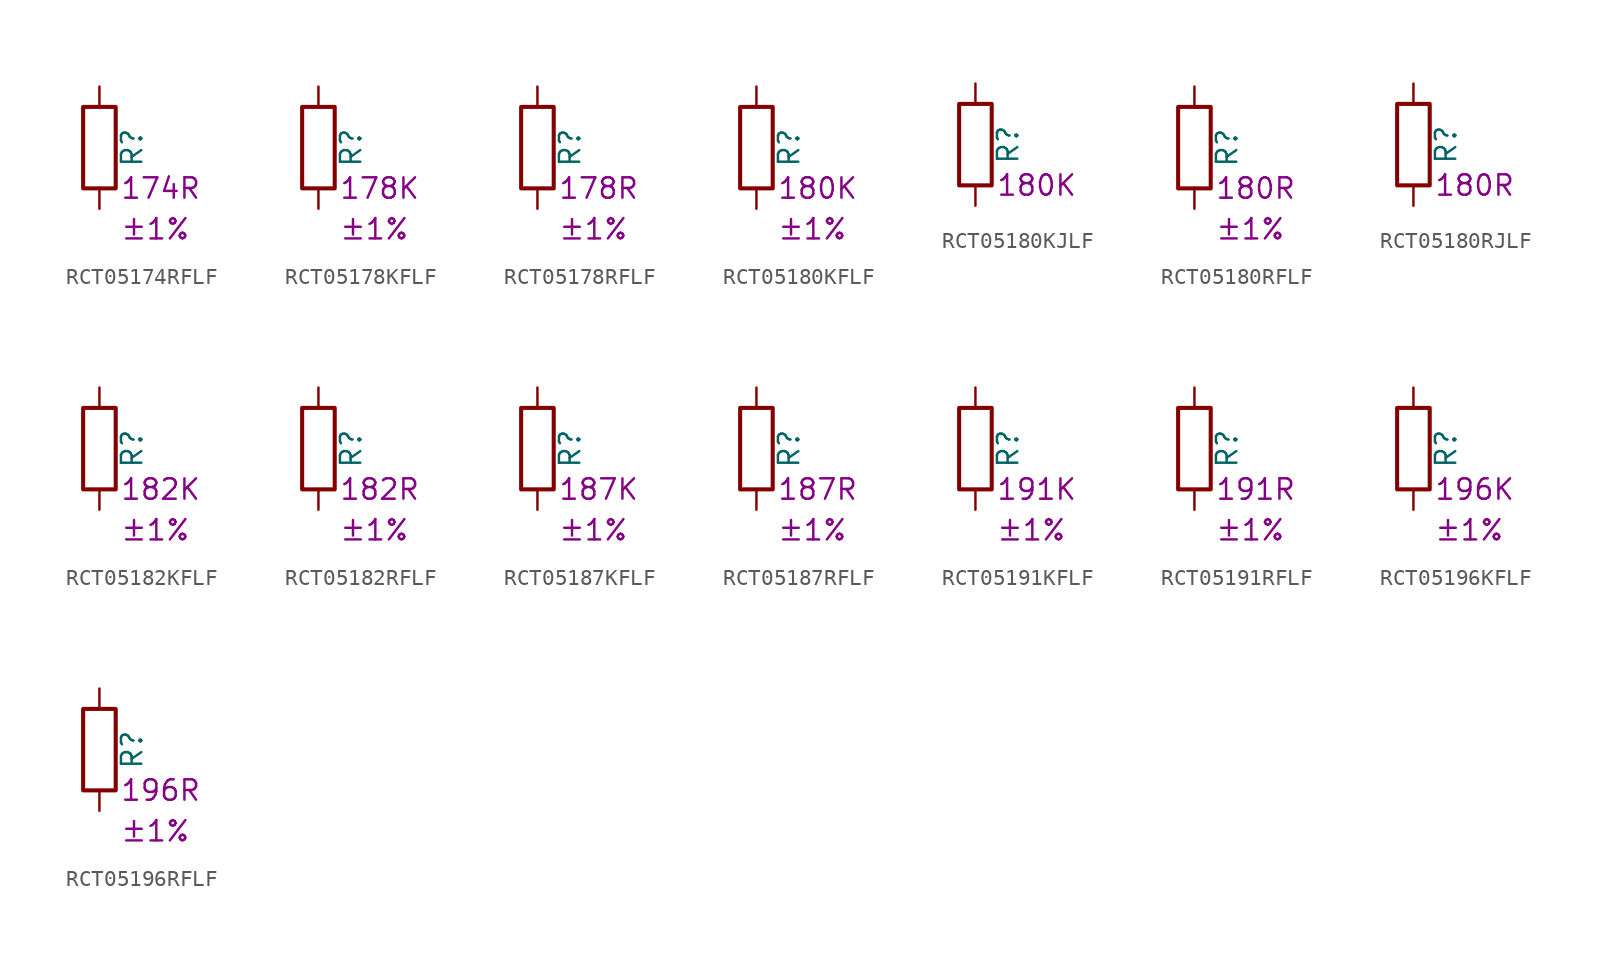
<source format=kicad_sym>
(kicad_symbol_lib
  (version 20220914)
  (generator kicad_symbol_editor)
  (symbol "RCT05174RFLF"
    (pin_numbers hide)
    (pin_names
      (offset 0))
    (property "Reference" "R"
      (at 2.032 0 90)
      (effects (font (size 1.27 1.27))))
    (property "Resistance" "174R"
      (at 1.27 -2.54 0)
      (effects (font (size 1.27 1.27)) (justify left)))
    (property "Tolerance" "±1%"
      (at 1.27 -5.08 0)
      (effects (font (size 1.27 1.27)) (justify left)))
    (symbol "RCT05174RFLF_0_1"
      (rectangle (start -1.016 -2.54) (end 1.016 2.54) (stroke (width 0.254) (type default)) (fill (type none))))
    (symbol "RCT05174RFLF_1_1"
      (pin passive line (at 0 3.81 270) (length 1.27) (name "~" (effects (font (size 1.27 1.27)))) (number "1" (effects (font (size 1.27 1.27)))))
      (pin passive line (at 0 -3.81 90) (length 1.27) (name "~" (effects (font (size 1.27 1.27)))) (number "2" (effects (font (size 1.27 1.27)))))))
  (symbol "RCT05178KFLF"
    (pin_numbers hide)
    (pin_names
      (offset 0))
    (property "Reference" "R"
      (at 2.032 0 90)
      (effects (font (size 1.27 1.27))))
    (property "Resistance" "178K"
      (at 1.27 -2.54 0)
      (effects (font (size 1.27 1.27)) (justify left)))
    (property "Tolerance" "±1%"
      (at 1.27 -5.08 0)
      (effects (font (size 1.27 1.27)) (justify left)))
    (symbol "RCT05178KFLF_0_1"
      (rectangle (start -1.016 -2.54) (end 1.016 2.54) (stroke (width 0.254) (type default)) (fill (type none))))
    (symbol "RCT05178KFLF_1_1"
      (pin passive line (at 0 3.81 270) (length 1.27) (name "~" (effects (font (size 1.27 1.27)))) (number "1" (effects (font (size 1.27 1.27)))))
      (pin passive line (at 0 -3.81 90) (length 1.27) (name "~" (effects (font (size 1.27 1.27)))) (number "2" (effects (font (size 1.27 1.27)))))))
  (symbol "RCT05178RFLF"
    (pin_numbers hide)
    (pin_names
      (offset 0))
    (property "Reference" "R"
      (at 2.032 0 90)
      (effects (font (size 1.27 1.27))))
    (property "Resistance" "178R"
      (at 1.27 -2.54 0)
      (effects (font (size 1.27 1.27)) (justify left)))
    (property "Tolerance" "±1%"
      (at 1.27 -5.08 0)
      (effects (font (size 1.27 1.27)) (justify left)))
    (symbol "RCT05178RFLF_0_1"
      (rectangle (start -1.016 -2.54) (end 1.016 2.54) (stroke (width 0.254) (type default)) (fill (type none))))
    (symbol "RCT05178RFLF_1_1"
      (pin passive line (at 0 3.81 270) (length 1.27) (name "~" (effects (font (size 1.27 1.27)))) (number "1" (effects (font (size 1.27 1.27)))))
      (pin passive line (at 0 -3.81 90) (length 1.27) (name "~" (effects (font (size 1.27 1.27)))) (number "2" (effects (font (size 1.27 1.27)))))))
  (symbol "RCT05180KFLF"
    (pin_numbers hide)
    (pin_names
      (offset 0))
    (property "Reference" "R"
      (at 2.032 0 90)
      (effects (font (size 1.27 1.27))))
    (property "Resistance" "180K"
      (at 1.27 -2.54 0)
      (effects (font (size 1.27 1.27)) (justify left)))
    (property "Tolerance" "±1%"
      (at 1.27 -5.08 0)
      (effects (font (size 1.27 1.27)) (justify left)))
    (symbol "RCT05180KFLF_0_1"
      (rectangle (start -1.016 -2.54) (end 1.016 2.54) (stroke (width 0.254) (type default)) (fill (type none))))
    (symbol "RCT05180KFLF_1_1"
      (pin passive line (at 0 3.81 270) (length 1.27) (name "~" (effects (font (size 1.27 1.27)))) (number "1" (effects (font (size 1.27 1.27)))))
      (pin passive line (at 0 -3.81 90) (length 1.27) (name "~" (effects (font (size 1.27 1.27)))) (number "2" (effects (font (size 1.27 1.27)))))))
  (symbol "RCT05180KJLF"
    (pin_numbers hide)
    (pin_names
      (offset 0))
    (property "Reference" "R"
      (at 2.032 0 90)
      (effects (font (size 1.27 1.27))))
    (property "Resistance" "180K"
      (at 1.27 -2.54 0)
      (effects (font (size 1.27 1.27)) (justify left)))
    (symbol "RCT05180KJLF_0_1"
      (rectangle (start -1.016 -2.54) (end 1.016 2.54) (stroke (width 0.254) (type default)) (fill (type none))))
    (symbol "RCT05180KJLF_1_1"
      (pin passive line (at 0 3.81 270) (length 1.27) (name "~" (effects (font (size 1.27 1.27)))) (number "1" (effects (font (size 1.27 1.27)))))
      (pin passive line (at 0 -3.81 90) (length 1.27) (name "~" (effects (font (size 1.27 1.27)))) (number "2" (effects (font (size 1.27 1.27)))))))
  (symbol "RCT05180RFLF"
    (pin_numbers hide)
    (pin_names
      (offset 0))
    (property "Reference" "R"
      (at 2.032 0 90)
      (effects (font (size 1.27 1.27))))
    (property "Resistance" "180R"
      (at 1.27 -2.54 0)
      (effects (font (size 1.27 1.27)) (justify left)))
    (property "Tolerance" "±1%"
      (at 1.27 -5.08 0)
      (effects (font (size 1.27 1.27)) (justify left)))
    (symbol "RCT05180RFLF_0_1"
      (rectangle (start -1.016 -2.54) (end 1.016 2.54) (stroke (width 0.254) (type default)) (fill (type none))))
    (symbol "RCT05180RFLF_1_1"
      (pin passive line (at 0 3.81 270) (length 1.27) (name "~" (effects (font (size 1.27 1.27)))) (number "1" (effects (font (size 1.27 1.27)))))
      (pin passive line (at 0 -3.81 90) (length 1.27) (name "~" (effects (font (size 1.27 1.27)))) (number "2" (effects (font (size 1.27 1.27)))))))
  (symbol "RCT05180RJLF"
    (pin_numbers hide)
    (pin_names
      (offset 0))
    (property "Reference" "R"
      (at 2.032 0 90)
      (effects (font (size 1.27 1.27))))
    (property "Resistance" "180R"
      (at 1.27 -2.54 0)
      (effects (font (size 1.27 1.27)) (justify left)))
    (symbol "RCT05180RJLF_0_1"
      (rectangle (start -1.016 -2.54) (end 1.016 2.54) (stroke (width 0.254) (type default)) (fill (type none))))
    (symbol "RCT05180RJLF_1_1"
      (pin passive line (at 0 3.81 270) (length 1.27) (name "~" (effects (font (size 1.27 1.27)))) (number "1" (effects (font (size 1.27 1.27)))))
      (pin passive line (at 0 -3.81 90) (length 1.27) (name "~" (effects (font (size 1.27 1.27)))) (number "2" (effects (font (size 1.27 1.27)))))))
  (symbol "RCT05182KFLF"
    (pin_numbers hide)
    (pin_names
      (offset 0))
    (property "Reference" "R"
      (at 2.032 0 90)
      (effects (font (size 1.27 1.27))))
    (property "Resistance" "182K"
      (at 1.27 -2.54 0)
      (effects (font (size 1.27 1.27)) (justify left)))
    (property "Tolerance" "±1%"
      (at 1.27 -5.08 0)
      (effects (font (size 1.27 1.27)) (justify left)))
    (symbol "RCT05182KFLF_0_1"
      (rectangle (start -1.016 -2.54) (end 1.016 2.54) (stroke (width 0.254) (type default)) (fill (type none))))
    (symbol "RCT05182KFLF_1_1"
      (pin passive line (at 0 3.81 270) (length 1.27) (name "~" (effects (font (size 1.27 1.27)))) (number "1" (effects (font (size 1.27 1.27)))))
      (pin passive line (at 0 -3.81 90) (length 1.27) (name "~" (effects (font (size 1.27 1.27)))) (number "2" (effects (font (size 1.27 1.27)))))))
  (symbol "RCT05182RFLF"
    (pin_numbers hide)
    (pin_names
      (offset 0))
    (property "Reference" "R"
      (at 2.032 0 90)
      (effects (font (size 1.27 1.27))))
    (property "Resistance" "182R"
      (at 1.27 -2.54 0)
      (effects (font (size 1.27 1.27)) (justify left)))
    (property "Tolerance" "±1%"
      (at 1.27 -5.08 0)
      (effects (font (size 1.27 1.27)) (justify left)))
    (symbol "RCT05182RFLF_0_1"
      (rectangle (start -1.016 -2.54) (end 1.016 2.54) (stroke (width 0.254) (type default)) (fill (type none))))
    (symbol "RCT05182RFLF_1_1"
      (pin passive line (at 0 3.81 270) (length 1.27) (name "~" (effects (font (size 1.27 1.27)))) (number "1" (effects (font (size 1.27 1.27)))))
      (pin passive line (at 0 -3.81 90) (length 1.27) (name "~" (effects (font (size 1.27 1.27)))) (number "2" (effects (font (size 1.27 1.27)))))))
  (symbol "RCT05187KFLF"
    (pin_numbers hide)
    (pin_names
      (offset 0))
    (property "Reference" "R"
      (at 2.032 0 90)
      (effects (font (size 1.27 1.27))))
    (property "Resistance" "187K"
      (at 1.27 -2.54 0)
      (effects (font (size 1.27 1.27)) (justify left)))
    (property "Tolerance" "±1%"
      (at 1.27 -5.08 0)
      (effects (font (size 1.27 1.27)) (justify left)))
    (symbol "RCT05187KFLF_0_1"
      (rectangle (start -1.016 -2.54) (end 1.016 2.54) (stroke (width 0.254) (type default)) (fill (type none))))
    (symbol "RCT05187KFLF_1_1"
      (pin passive line (at 0 3.81 270) (length 1.27) (name "~" (effects (font (size 1.27 1.27)))) (number "1" (effects (font (size 1.27 1.27)))))
      (pin passive line (at 0 -3.81 90) (length 1.27) (name "~" (effects (font (size 1.27 1.27)))) (number "2" (effects (font (size 1.27 1.27)))))))
  (symbol "RCT05187RFLF"
    (pin_numbers hide)
    (pin_names
      (offset 0))
    (property "Reference" "R"
      (at 2.032 0 90)
      (effects (font (size 1.27 1.27))))
    (property "Resistance" "187R"
      (at 1.27 -2.54 0)
      (effects (font (size 1.27 1.27)) (justify left)))
    (property "Tolerance" "±1%"
      (at 1.27 -5.08 0)
      (effects (font (size 1.27 1.27)) (justify left)))
    (symbol "RCT05187RFLF_0_1"
      (rectangle (start -1.016 -2.54) (end 1.016 2.54) (stroke (width 0.254) (type default)) (fill (type none))))
    (symbol "RCT05187RFLF_1_1"
      (pin passive line (at 0 3.81 270) (length 1.27) (name "~" (effects (font (size 1.27 1.27)))) (number "1" (effects (font (size 1.27 1.27)))))
      (pin passive line (at 0 -3.81 90) (length 1.27) (name "~" (effects (font (size 1.27 1.27)))) (number "2" (effects (font (size 1.27 1.27)))))))
  (symbol "RCT05191KFLF"
    (pin_numbers hide)
    (pin_names
      (offset 0))
    (property "Reference" "R"
      (at 2.032 0 90)
      (effects (font (size 1.27 1.27))))
    (property "Resistance" "191K"
      (at 1.27 -2.54 0)
      (effects (font (size 1.27 1.27)) (justify left)))
    (property "Tolerance" "±1%"
      (at 1.27 -5.08 0)
      (effects (font (size 1.27 1.27)) (justify left)))
    (symbol "RCT05191KFLF_0_1"
      (rectangle (start -1.016 -2.54) (end 1.016 2.54) (stroke (width 0.254) (type default)) (fill (type none))))
    (symbol "RCT05191KFLF_1_1"
      (pin passive line (at 0 3.81 270) (length 1.27) (name "~" (effects (font (size 1.27 1.27)))) (number "1" (effects (font (size 1.27 1.27)))))
      (pin passive line (at 0 -3.81 90) (length 1.27) (name "~" (effects (font (size 1.27 1.27)))) (number "2" (effects (font (size 1.27 1.27)))))))
  (symbol "RCT05191RFLF"
    (pin_numbers hide)
    (pin_names
      (offset 0))
    (property "Reference" "R"
      (at 2.032 0 90)
      (effects (font (size 1.27 1.27))))
    (property "Resistance" "191R"
      (at 1.27 -2.54 0)
      (effects (font (size 1.27 1.27)) (justify left)))
    (property "Tolerance" "±1%"
      (at 1.27 -5.08 0)
      (effects (font (size 1.27 1.27)) (justify left)))
    (symbol "RCT05191RFLF_0_1"
      (rectangle (start -1.016 -2.54) (end 1.016 2.54) (stroke (width 0.254) (type default)) (fill (type none))))
    (symbol "RCT05191RFLF_1_1"
      (pin passive line (at 0 3.81 270) (length 1.27) (name "~" (effects (font (size 1.27 1.27)))) (number "1" (effects (font (size 1.27 1.27)))))
      (pin passive line (at 0 -3.81 90) (length 1.27) (name "~" (effects (font (size 1.27 1.27)))) (number "2" (effects (font (size 1.27 1.27)))))))
  (symbol "RCT05196KFLF"
    (pin_numbers hide)
    (pin_names
      (offset 0))
    (property "Reference" "R"
      (at 2.032 0 90)
      (effects (font (size 1.27 1.27))))
    (property "Resistance" "196K"
      (at 1.27 -2.54 0)
      (effects (font (size 1.27 1.27)) (justify left)))
    (property "Tolerance" "±1%"
      (at 1.27 -5.08 0)
      (effects (font (size 1.27 1.27)) (justify left)))
    (symbol "RCT05196KFLF_0_1"
      (rectangle (start -1.016 -2.54) (end 1.016 2.54) (stroke (width 0.254) (type default)) (fill (type none))))
    (symbol "RCT05196KFLF_1_1"
      (pin passive line (at 0 3.81 270) (length 1.27) (name "~" (effects (font (size 1.27 1.27)))) (number "1" (effects (font (size 1.27 1.27)))))
      (pin passive line (at 0 -3.81 90) (length 1.27) (name "~" (effects (font (size 1.27 1.27)))) (number "2" (effects (font (size 1.27 1.27)))))))
  (symbol "RCT05196RFLF"
    (pin_numbers hide)
    (pin_names
      (offset 0))
    (property "Reference" "R"
      (at 2.032 0 90)
      (effects (font (size 1.27 1.27))))
    (property "Resistance" "196R"
      (at 1.27 -2.54 0)
      (effects (font (size 1.27 1.27)) (justify left)))
    (property "Tolerance" "±1%"
      (at 1.27 -5.08 0)
      (effects (font (size 1.27 1.27)) (justify left)))
    (symbol "RCT05196RFLF_0_1"
      (rectangle (start -1.016 -2.54) (end 1.016 2.54) (stroke (width 0.254) (type default)) (fill (type none))))
    (symbol "RCT05196RFLF_1_1"
      (pin passive line (at 0 3.81 270) (length 1.27) (name "~" (effects (font (size 1.27 1.27)))) (number "1" (effects (font (size 1.27 1.27)))))
      (pin passive line (at 0 -3.81 90) (length 1.27) (name "~" (effects (font (size 1.27 1.27)))) (number "2" (effects (font (size 1.27 1.27))))))))
</source>
